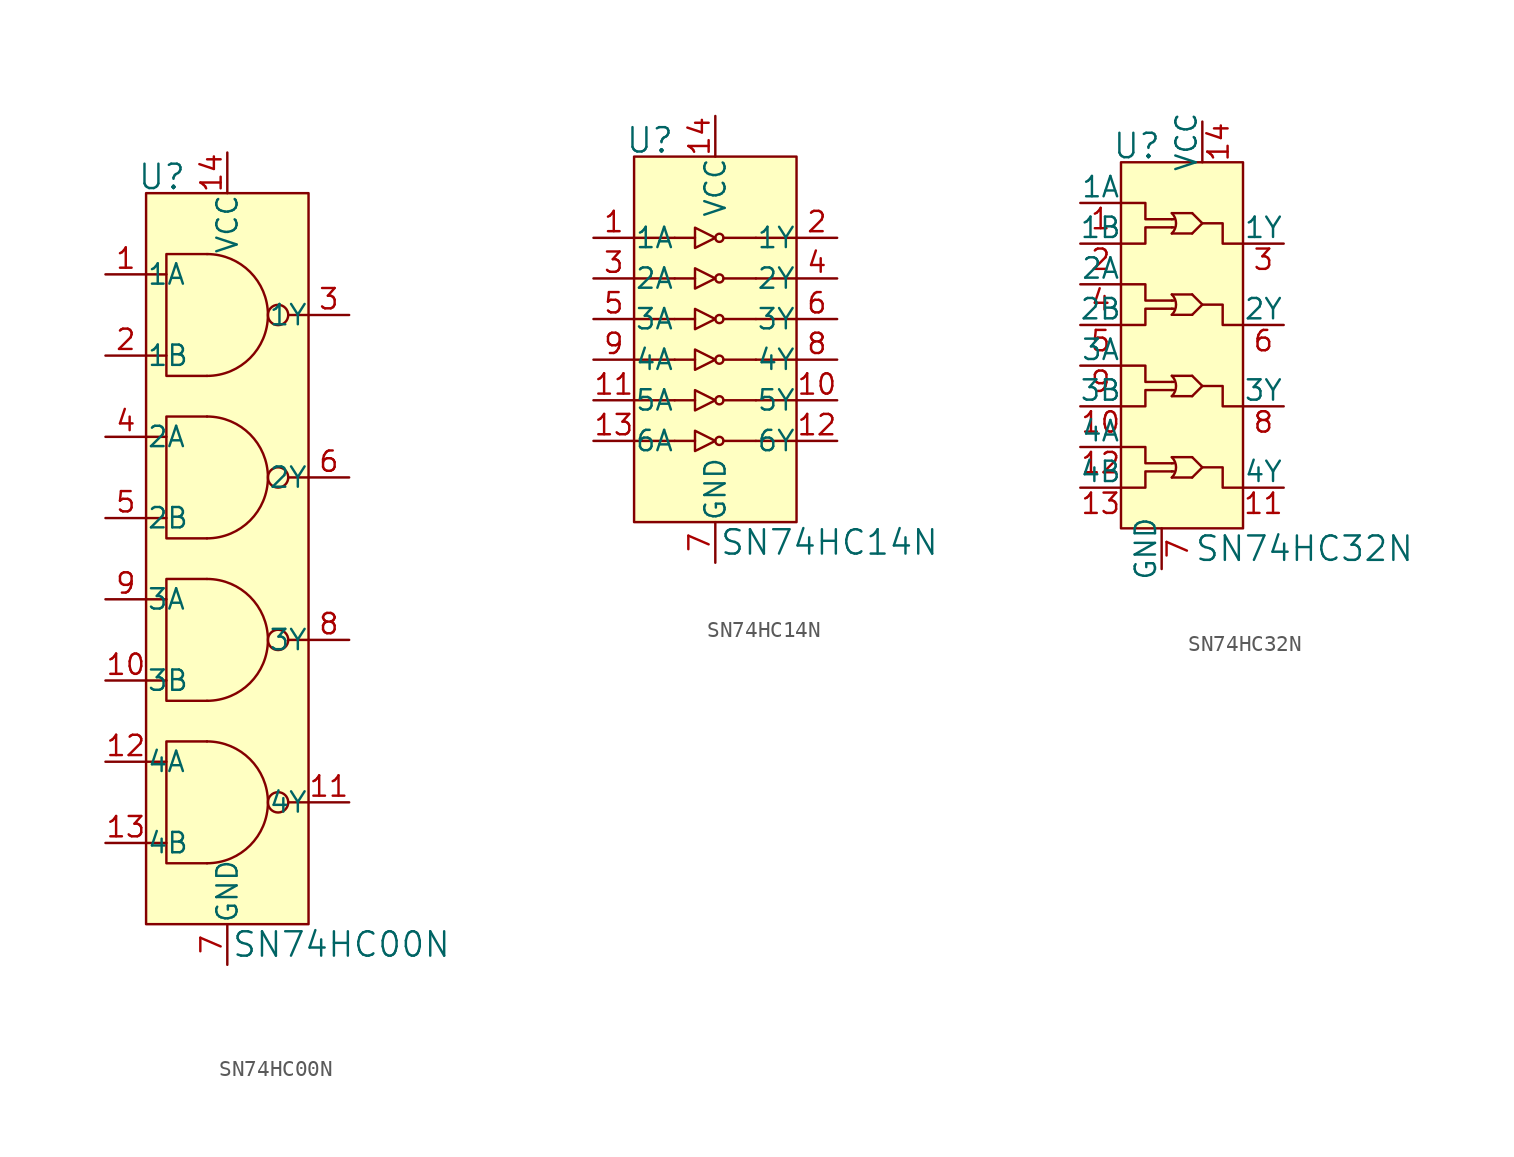
<source format=kicad_sym>
(kicad_symbol_lib
  (version 20220914)
  (generator kicad_symbol_editor)
  (symbol "SN74HC00N"
    (pin_names
      (offset 0.025))
    (property "Reference" "U"
      (at -2.54 23.876 0)
      (effects (font (size 1.524 1.524)) (justify right)))
    (property "Value" "SN74HC00N"
      (at 0.254 -24.13 0)
      (effects (font (size 1.524 1.524)) (justify left)))
    (symbol "SN74HC00N_0_1"
      (rectangle (start -5.08 22.86) (end 5.08 -22.86) (stroke (width 0) (type default)) (fill (type background)))
      (arc (start -1.27 -19.05) (mid 2.5234 -15.24) (end -1.27 -11.43) (stroke (width 0) (type default)) (fill (type background)))
      (arc (start -1.27 -8.89) (mid 2.5234 -5.08) (end -1.27 -1.27) (stroke (width 0) (type default)) (fill (type background)))
      (arc (start -1.27 1.27) (mid 2.5234 5.08) (end -1.27 8.89) (stroke (width 0) (type default)) (fill (type background)))
      (arc (start -1.27 11.43) (mid 2.5234 15.24) (end -1.27 19.05) (stroke (width 0) (type default)) (fill (type background)))
      (polyline (pts (xy -5.08 -17.78) (xy -3.81 -17.78)) (stroke (width 0) (type default)) (fill (type none)))
      (polyline (pts (xy -5.08 -7.62) (xy -3.81 -7.62)) (stroke (width 0) (type default)) (fill (type none)))
      (polyline (pts (xy -5.08 2.54) (xy -3.81 2.54)) (stroke (width 0) (type default)) (fill (type none)))
      (polyline (pts (xy -5.08 12.7) (xy -3.81 12.7)) (stroke (width 0) (type default)) (fill (type none)))
      (polyline (pts (xy -3.81 -12.7) (xy -5.08 -12.7)) (stroke (width 0) (type default)) (fill (type none)))
      (polyline (pts (xy -3.81 -2.54) (xy -5.08 -2.54)) (stroke (width 0) (type default)) (fill (type none)))
      (polyline (pts (xy -3.81 7.62) (xy -5.08 7.62)) (stroke (width 0) (type default)) (fill (type none)))
      (polyline (pts (xy -3.81 17.78) (xy -5.08 17.78)) (stroke (width 0) (type default)) (fill (type none)))
      (polyline (pts (xy 3.81 -15.24) (xy 5.08 -15.24)) (stroke (width 0) (type default)) (fill (type none)))
      (polyline (pts (xy 3.81 5.08) (xy 5.08 5.08)) (stroke (width 0) (type default)) (fill (type none)))
      (polyline (pts (xy 5.08 -5.08) (xy 3.81 -5.08)) (stroke (width 0) (type default)) (fill (type none)))
      (polyline (pts (xy 5.08 15.24) (xy 3.81 15.24)) (stroke (width 0) (type default)) (fill (type none)))
      (polyline (pts (xy -1.27 -11.43) (xy -3.81 -11.43) (xy -3.81 -19.05) (xy -1.27 -19.05)) (stroke (width 0) (type default)) (fill (type background)))
      (polyline (pts (xy -1.27 -1.27) (xy -3.81 -1.27) (xy -3.81 -8.89) (xy -1.27 -8.89)) (stroke (width 0) (type default)) (fill (type background)))
      (polyline (pts (xy -1.27 8.89) (xy -3.81 8.89) (xy -3.81 1.27) (xy -1.27 1.27)) (stroke (width 0) (type default)) (fill (type background)))
      (polyline (pts (xy -1.27 19.05) (xy -3.81 19.05) (xy -3.81 11.43) (xy -1.27 11.43)) (stroke (width 0) (type default)) (fill (type background)))
      (circle (center 3.175 -15.24) (radius 0.635) (stroke (width 0) (type default)) (fill (type background)))
      (circle (center 3.175 -5.08) (radius 0.635) (stroke (width 0) (type default)) (fill (type background)))
      (circle (center 3.175 5.08) (radius 0.635) (stroke (width 0) (type default)) (fill (type background)))
      (circle (center 3.175 15.24) (radius 0.635) (stroke (width 0) (type default)) (fill (type background))))
    (symbol "SN74HC00N_1_1"
      (pin input line (at -7.62 17.78 0) (length 2.54) (name "1A" (effects (font (size 1.27 1.27)))) (number "1" (effects (font (size 1.27 1.27)))))
      (pin input line (at -7.62 -7.62 0) (length 2.54) (name "3B" (effects (font (size 1.27 1.27)))) (number "10" (effects (font (size 1.27 1.27)))))
      (pin output line (at 7.62 -15.24 180) (length 2.54) (name "4Y" (effects (font (size 1.27 1.27)))) (number "11" (effects (font (size 1.27 1.27)))))
      (pin input line (at -7.62 -12.7 0) (length 2.54) (name "4A" (effects (font (size 1.27 1.27)))) (number "12" (effects (font (size 1.27 1.27)))))
      (pin input line (at -7.62 -17.78 0) (length 2.54) (name "4B" (effects (font (size 1.27 1.27)))) (number "13" (effects (font (size 1.27 1.27)))))
      (pin power_in line (at 0 25.4 270) (length 2.54) (name "VCC" (effects (font (size 1.27 1.27)))) (number "14" (effects (font (size 1.27 1.27)))))
      (pin input line (at -7.62 12.7 0) (length 2.54) (name "1B" (effects (font (size 1.27 1.27)))) (number "2" (effects (font (size 1.27 1.27)))))
      (pin output line (at 7.62 15.24 180) (length 2.54) (name "1Y" (effects (font (size 1.27 1.27)))) (number "3" (effects (font (size 1.27 1.27)))))
      (pin input line (at -7.62 7.62 0) (length 2.54) (name "2A" (effects (font (size 1.27 1.27)))) (number "4" (effects (font (size 1.27 1.27)))))
      (pin input line (at -7.62 2.54 0) (length 2.54) (name "2B" (effects (font (size 1.27 1.27)))) (number "5" (effects (font (size 1.27 1.27)))))
      (pin output line (at 7.62 5.08 180) (length 2.54) (name "2Y" (effects (font (size 1.27 1.27)))) (number "6" (effects (font (size 1.27 1.27)))))
      (pin power_in line (at 0 -25.4 90) (length 2.54) (name "GND" (effects (font (size 1.27 1.27)))) (number "7" (effects (font (size 1.27 1.27)))))
      (pin output line (at 7.62 -5.08 180) (length 2.54) (name "3Y" (effects (font (size 1.27 1.27)))) (number "8" (effects (font (size 1.27 1.27)))))
      (pin input line (at -7.62 -2.54 0) (length 2.54) (name "3A" (effects (font (size 1.27 1.27)))) (number "9" (effects (font (size 1.27 1.27)))))))
  (symbol "SN74HC14N"
    (pin_names
      (offset 0.025))
    (property "Reference" "U"
      (at -2.54 13.716 0)
      (effects (font (size 1.524 1.524)) (justify right)))
    (property "Value" "SN74HC14N"
      (at 0.254 -11.43 0)
      (effects (font (size 1.524 1.524)) (justify left)))
    (symbol "SN74HC14N_0_1"
      (rectangle (start -5.08 12.7) (end 5.08 -10.16) (stroke (width 0) (type default)) (fill (type background)))
      (polyline (pts (xy -2.54 -5.08) (xy -5.08 -5.08)) (stroke (width 0) (type default)) (fill (type none)))
      (polyline (pts (xy -2.54 -2.54) (xy -5.08 -2.54)) (stroke (width 0) (type default)) (fill (type none)))
      (polyline (pts (xy -2.54 -2.54) (xy -1.27 -2.54)) (stroke (width 0) (type default)) (fill (type none)))
      (polyline (pts (xy -2.54 0) (xy -5.08 0)) (stroke (width 0) (type default)) (fill (type none)))
      (polyline (pts (xy -2.54 2.54) (xy -5.08 2.54)) (stroke (width 0) (type default)) (fill (type none)))
      (polyline (pts (xy -2.54 2.54) (xy -1.27 2.54)) (stroke (width 0) (type default)) (fill (type none)))
      (polyline (pts (xy -2.54 5.08) (xy -5.08 5.08)) (stroke (width 0) (type default)) (fill (type none)))
      (polyline (pts (xy -2.54 7.62) (xy -5.08 7.62)) (stroke (width 0) (type default)) (fill (type none)))
      (polyline (pts (xy -1.27 -5.08) (xy -2.54 -5.08)) (stroke (width 0) (type default)) (fill (type none)))
      (polyline (pts (xy -1.27 0) (xy -2.54 0)) (stroke (width 0) (type default)) (fill (type none)))
      (polyline (pts (xy -1.27 5.08) (xy -2.54 5.08)) (stroke (width 0) (type default)) (fill (type none)))
      (polyline (pts (xy -1.27 7.62) (xy -2.54 7.62)) (stroke (width 0) (type default)) (fill (type none)))
      (polyline (pts (xy 0.508 -5.08) (xy 2.54 -5.08)) (stroke (width 0) (type default)) (fill (type none)))
      (polyline (pts (xy 0.508 0) (xy 2.54 0)) (stroke (width 0) (type default)) (fill (type none)))
      (polyline (pts (xy 0.508 2.54) (xy 2.54 2.54)) (stroke (width 0) (type default)) (fill (type none)))
      (polyline (pts (xy 0.508 5.08) (xy 2.54 5.08)) (stroke (width 0) (type default)) (fill (type none)))
      (polyline (pts (xy 2.54 -2.54) (xy 0.508 -2.54)) (stroke (width 0) (type default)) (fill (type none)))
      (polyline (pts (xy 2.54 7.62) (xy 0.508 7.62)) (stroke (width 0) (type default)) (fill (type none)))
      (polyline (pts (xy 5.08 -5.08) (xy 2.54 -5.08)) (stroke (width 0) (type default)) (fill (type none)))
      (polyline (pts (xy 5.08 -2.54) (xy 2.54 -2.54)) (stroke (width 0) (type default)) (fill (type none)))
      (polyline (pts (xy 5.08 0) (xy 2.54 0)) (stroke (width 0) (type default)) (fill (type none)))
      (polyline (pts (xy 5.08 2.54) (xy 2.54 2.54)) (stroke (width 0) (type default)) (fill (type none)))
      (polyline (pts (xy 5.08 5.08) (xy 2.54 5.08)) (stroke (width 0) (type default)) (fill (type none)))
      (polyline (pts (xy 5.08 7.62) (xy 2.54 7.62)) (stroke (width 0) (type default)) (fill (type none)))
      (polyline (pts (xy -1.27 -4.445) (xy -1.27 -5.715) (xy 0 -5.08) (xy -1.27 -4.445)) (stroke (width 0) (type default)) (fill (type none)))
      (polyline (pts (xy -1.27 -1.905) (xy -1.27 -3.175) (xy 0 -2.54) (xy -1.27 -1.905)) (stroke (width 0) (type default)) (fill (type none)))
      (polyline (pts (xy -1.27 0.635) (xy -1.27 -0.635) (xy 0 0) (xy -1.27 0.635)) (stroke (width 0) (type default)) (fill (type none)))
      (polyline (pts (xy -1.27 3.175) (xy -1.27 1.905) (xy 0 2.54) (xy -1.27 3.175)) (stroke (width 0) (type default)) (fill (type none)))
      (polyline (pts (xy -1.27 5.715) (xy -1.27 4.445) (xy 0 5.08) (xy -1.27 5.715)) (stroke (width 0) (type default)) (fill (type none)))
      (polyline (pts (xy -1.27 8.255) (xy -1.27 6.985) (xy 0 7.62) (xy -1.27 8.255)) (stroke (width 0) (type default)) (fill (type none)))
      (circle (center 0.254 -5.08) (radius 0.254) (stroke (width 0) (type default)) (fill (type none)))
      (circle (center 0.254 -2.54) (radius 0.254) (stroke (width 0) (type default)) (fill (type none)))
      (circle (center 0.254 0) (radius 0.254) (stroke (width 0) (type default)) (fill (type none)))
      (circle (center 0.254 2.54) (radius 0.254) (stroke (width 0) (type default)) (fill (type none)))
      (circle (center 0.254 5.08) (radius 0.254) (stroke (width 0) (type default)) (fill (type none)))
      (circle (center 0.254 7.62) (radius 0.254) (stroke (width 0) (type default)) (fill (type none))))
    (symbol "SN74HC14N_1_1"
      (pin input line (at -7.62 7.62 0) (length 2.54) (name "1A" (effects (font (size 1.27 1.27)))) (number "1" (effects (font (size 1.27 1.27)))))
      (pin output line (at 7.62 -2.54 180) (length 2.54) (name "5Y" (effects (font (size 1.27 1.27)))) (number "10" (effects (font (size 1.27 1.27)))))
      (pin input line (at -7.62 -2.54 0) (length 2.54) (name "5A" (effects (font (size 1.27 1.27)))) (number "11" (effects (font (size 1.27 1.27)))))
      (pin output line (at 7.62 -5.08 180) (length 2.54) (name "6Y" (effects (font (size 1.27 1.27)))) (number "12" (effects (font (size 1.27 1.27)))))
      (pin input line (at -7.62 -5.08 0) (length 2.54) (name "6A" (effects (font (size 1.27 1.27)))) (number "13" (effects (font (size 1.27 1.27)))))
      (pin power_in line (at 0 15.24 270) (length 2.54) (name "VCC" (effects (font (size 1.27 1.27)))) (number "14" (effects (font (size 1.27 1.27)))))
      (pin output line (at 7.62 7.62 180) (length 2.54) (name "1Y" (effects (font (size 1.27 1.27)))) (number "2" (effects (font (size 1.27 1.27)))))
      (pin input line (at -7.62 5.08 0) (length 2.54) (name "2A" (effects (font (size 1.27 1.27)))) (number "3" (effects (font (size 1.27 1.27)))))
      (pin output line (at 7.62 5.08 180) (length 2.54) (name "2Y" (effects (font (size 1.27 1.27)))) (number "4" (effects (font (size 1.27 1.27)))))
      (pin input line (at -7.62 2.54 0) (length 2.54) (name "3A" (effects (font (size 1.27 1.27)))) (number "5" (effects (font (size 1.27 1.27)))))
      (pin output line (at 7.62 2.54 180) (length 2.54) (name "3Y" (effects (font (size 1.27 1.27)))) (number "6" (effects (font (size 1.27 1.27)))))
      (pin power_in line (at 0 -12.7 90) (length 2.54) (name "GND" (effects (font (size 1.27 1.27)))) (number "7" (effects (font (size 1.27 1.27)))))
      (pin output line (at 7.62 0 180) (length 2.54) (name "4Y" (effects (font (size 1.27 1.27)))) (number "8" (effects (font (size 1.27 1.27)))))
      (pin input line (at -7.62 0 0) (length 2.54) (name "4A" (effects (font (size 1.27 1.27)))) (number "9" (effects (font (size 1.27 1.27)))))))
  (symbol "SN74HC32N"
    (pin_names
      (offset 0))
    (property "Reference" "U"
      (at -2.54 6.096 0)
      (effects (font (size 1.524 1.524)) (justify right)))
    (property "Value" "SN74HC32N"
      (at -0.508 -19.05 0)
      (effects (font (size 1.524 1.524)) (justify left)))
    (symbol "SN74HC32N_0_1"
      (rectangle (start -5.08 5.08) (end 2.54 -17.78) (stroke (width 0) (type default)) (fill (type background)))
      (arc (start -1.905 -14.605) (mid -1.642 -13.97) (end -1.905 -13.335) (stroke (width 0) (type default)) (fill (type none)))
      (arc (start -1.905 -9.525) (mid -1.642 -8.89) (end -1.905 -8.255) (stroke (width 0) (type default)) (fill (type none)))
      (arc (start -1.905 -4.445) (mid -1.642 -3.81) (end -1.905 -3.175) (stroke (width 0) (type default)) (fill (type none)))
      (arc (start -1.905 0.635) (mid -1.642 1.27) (end -1.905 1.905) (stroke (width 0) (type default)) (fill (type none)))
      (polyline (pts (xy -1.905 -14.224) (xy -1.778 -14.224)) (stroke (width 0) (type default)) (fill (type none)))
      (polyline (pts (xy -1.905 -13.716) (xy -1.778 -13.716)) (stroke (width 0) (type default)) (fill (type none)))
      (polyline (pts (xy -1.905 -9.144) (xy -1.778 -9.144)) (stroke (width 0) (type default)) (fill (type none)))
      (polyline (pts (xy -1.905 -8.636) (xy -1.778 -8.636)) (stroke (width 0) (type default)) (fill (type none)))
      (polyline (pts (xy -1.905 -4.064) (xy -1.778 -4.064)) (stroke (width 0) (type default)) (fill (type none)))
      (polyline (pts (xy -1.905 -3.556) (xy -1.778 -3.556)) (stroke (width 0) (type default)) (fill (type none)))
      (polyline (pts (xy -1.905 1.016) (xy -1.778 1.016)) (stroke (width 0) (type default)) (fill (type none)))
      (polyline (pts (xy -1.905 1.524) (xy -1.778 1.524)) (stroke (width 0) (type default)) (fill (type none)))
      (polyline (pts (xy -0.635 -14.605) (xy -1.905 -14.605)) (stroke (width 0) (type default)) (fill (type none)))
      (polyline (pts (xy -0.635 -13.335) (xy -1.905 -13.335)) (stroke (width 0) (type default)) (fill (type none)))
      (polyline (pts (xy -0.635 -9.525) (xy -1.905 -9.525)) (stroke (width 0) (type default)) (fill (type none)))
      (polyline (pts (xy -0.635 -8.255) (xy -1.905 -8.255)) (stroke (width 0) (type default)) (fill (type none)))
      (polyline (pts (xy -0.635 -4.445) (xy -1.905 -4.445)) (stroke (width 0) (type default)) (fill (type none)))
      (polyline (pts (xy -0.635 -3.175) (xy -1.905 -3.175)) (stroke (width 0) (type default)) (fill (type none)))
      (polyline (pts (xy -0.635 0.635) (xy -1.905 0.635)) (stroke (width 0) (type default)) (fill (type none)))
      (polyline (pts (xy -0.635 1.905) (xy -1.905 1.905)) (stroke (width 0) (type default)) (fill (type none)))
      (polyline (pts (xy -0.635 -13.335) (xy 0 -13.97) (xy -0.635 -14.605)) (stroke (width 0) (type default)) (fill (type none)))
      (polyline (pts (xy -0.635 -8.255) (xy 0 -8.89) (xy -0.635 -9.525)) (stroke (width 0) (type default)) (fill (type none)))
      (polyline (pts (xy -0.635 -3.175) (xy 0 -3.81) (xy -0.635 -4.445)) (stroke (width 0) (type default)) (fill (type none)))
      (polyline (pts (xy -0.635 1.905) (xy 0 1.27) (xy -0.635 0.635)) (stroke (width 0) (type default)) (fill (type none)))
      (polyline (pts (xy -5.08 -15.24) (xy -3.556 -15.24) (xy -3.556 -14.224) (xy -1.905 -14.224)) (stroke (width 0) (type default)) (fill (type none)))
      (polyline (pts (xy -5.08 -10.16) (xy -3.556 -10.16) (xy -3.556 -9.144) (xy -1.905 -9.144)) (stroke (width 0) (type default)) (fill (type none)))
      (polyline (pts (xy -5.08 -5.08) (xy -3.556 -5.08) (xy -3.556 -4.064) (xy -1.905 -4.064)) (stroke (width 0) (type default)) (fill (type none)))
      (polyline (pts (xy -5.08 0) (xy -3.556 0) (xy -3.556 1.016) (xy -1.905 1.016)) (stroke (width 0) (type default)) (fill (type none)))
      (polyline (pts (xy -1.905 -13.716) (xy -3.556 -13.716) (xy -3.556 -12.7) (xy -5.08 -12.7)) (stroke (width 0) (type default)) (fill (type none)))
      (polyline (pts (xy -1.905 -8.636) (xy -3.556 -8.636) (xy -3.556 -7.62) (xy -5.08 -7.62)) (stroke (width 0) (type default)) (fill (type none)))
      (polyline (pts (xy -1.905 -3.556) (xy -3.556 -3.556) (xy -3.556 -2.54) (xy -5.08 -2.54)) (stroke (width 0) (type default)) (fill (type none)))
      (polyline (pts (xy -1.905 1.524) (xy -3.556 1.524) (xy -3.556 2.54) (xy -5.08 2.54)) (stroke (width 0) (type default)) (fill (type none)))
      (polyline (pts (xy 2.54 -15.24) (xy 1.27 -15.24) (xy 1.27 -13.97) (xy 0 -13.97)) (stroke (width 0) (type default)) (fill (type none)))
      (polyline (pts (xy 2.54 -10.16) (xy 1.27 -10.16) (xy 1.27 -8.89) (xy 0 -8.89)) (stroke (width 0) (type default)) (fill (type none)))
      (polyline (pts (xy 2.54 -5.08) (xy 1.27 -5.08) (xy 1.27 -3.81) (xy 0 -3.81)) (stroke (width 0) (type default)) (fill (type none)))
      (polyline (pts (xy 2.54 0) (xy 1.27 0) (xy 1.27 1.27) (xy 0 1.27)) (stroke (width 0) (type default)) (fill (type none))))
    (symbol "SN74HC32N_1_1"
      (pin input line (at -7.62 2.54 0) (length 2.54) (name "1A" (effects (font (size 1.27 1.27)))) (number "1" (effects (font (size 1.27 1.27)))))
      (pin input line (at -7.62 -10.16 0) (length 2.54) (name "3B" (effects (font (size 1.27 1.27)))) (number "10" (effects (font (size 1.27 1.27)))))
      (pin output line (at 5.08 -15.24 180) (length 2.54) (name "4Y" (effects (font (size 1.27 1.27)))) (number "11" (effects (font (size 1.27 1.27)))))
      (pin input line (at -7.62 -12.7 0) (length 2.54) (name "4A" (effects (font (size 1.27 1.27)))) (number "12" (effects (font (size 1.27 1.27)))))
      (pin input line (at -7.62 -15.24 0) (length 2.54) (name "4B" (effects (font (size 1.27 1.27)))) (number "13" (effects (font (size 1.27 1.27)))))
      (pin power_in line (at 0 7.62 270) (length 2.54) (name "VCC" (effects (font (size 1.27 1.27)))) (number "14" (effects (font (size 1.27 1.27)))))
      (pin input line (at -7.62 0 0) (length 2.54) (name "1B" (effects (font (size 1.27 1.27)))) (number "2" (effects (font (size 1.27 1.27)))))
      (pin output line (at 5.08 0 180) (length 2.54) (name "1Y" (effects (font (size 1.27 1.27)))) (number "3" (effects (font (size 1.27 1.27)))))
      (pin input line (at -7.62 -2.54 0) (length 2.54) (name "2A" (effects (font (size 1.27 1.27)))) (number "4" (effects (font (size 1.27 1.27)))))
      (pin input line (at -7.62 -5.08 0) (length 2.54) (name "2B" (effects (font (size 1.27 1.27)))) (number "5" (effects (font (size 1.27 1.27)))))
      (pin output line (at 5.08 -5.08 180) (length 2.54) (name "2Y" (effects (font (size 1.27 1.27)))) (number "6" (effects (font (size 1.27 1.27)))))
      (pin power_in line (at -2.54 -20.32 90) (length 2.54) (name "GND" (effects (font (size 1.27 1.27)))) (number "7" (effects (font (size 1.27 1.27)))))
      (pin output line (at 5.08 -10.16 180) (length 2.54) (name "3Y" (effects (font (size 1.27 1.27)))) (number "8" (effects (font (size 1.27 1.27)))))
      (pin input line (at -7.62 -7.62 0) (length 2.54) (name "3A" (effects (font (size 1.27 1.27)))) (number "9" (effects (font (size 1.27 1.27))))))))
</source>
